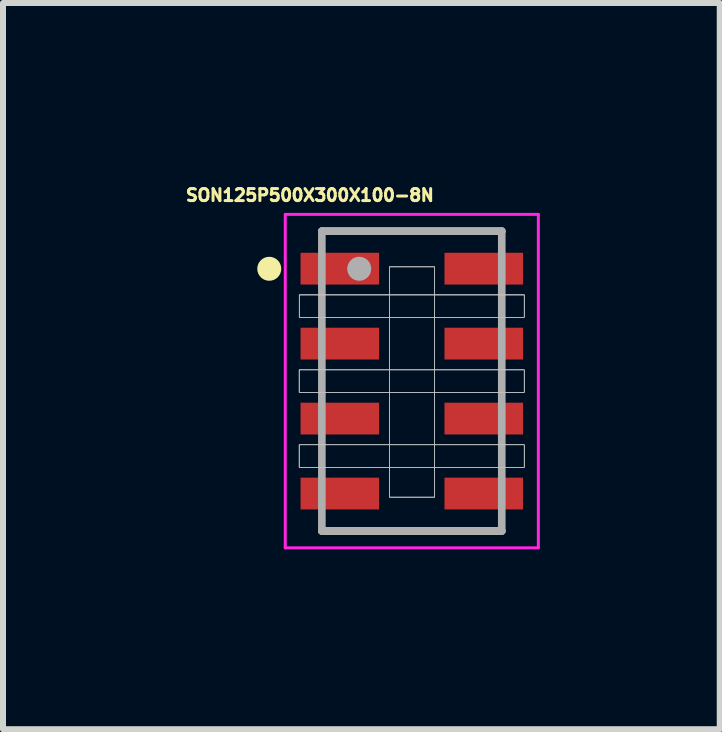
<source format=kicad_pcb>
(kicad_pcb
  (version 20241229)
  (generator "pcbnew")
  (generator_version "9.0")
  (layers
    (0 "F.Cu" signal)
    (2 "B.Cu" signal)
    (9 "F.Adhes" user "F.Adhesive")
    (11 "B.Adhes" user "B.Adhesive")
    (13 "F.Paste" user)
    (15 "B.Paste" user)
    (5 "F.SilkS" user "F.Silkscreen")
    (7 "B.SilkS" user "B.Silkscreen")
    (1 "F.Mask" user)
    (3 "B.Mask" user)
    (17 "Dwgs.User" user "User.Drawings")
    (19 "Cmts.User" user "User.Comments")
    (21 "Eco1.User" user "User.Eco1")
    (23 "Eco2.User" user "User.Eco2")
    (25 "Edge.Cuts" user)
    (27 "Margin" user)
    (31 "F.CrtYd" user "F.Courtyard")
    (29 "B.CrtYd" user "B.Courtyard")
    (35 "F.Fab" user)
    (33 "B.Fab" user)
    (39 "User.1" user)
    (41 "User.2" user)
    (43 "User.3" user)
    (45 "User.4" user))
  (footprint "SON125P500X300X100-8N"
    (layer "F.Cu")
    (at 3.817 3.305)
    (property "Reference" "SON125P500X300X100-8N" (at -1.7 -3.1 0) (layer "F.SilkS") (effects (font (size 0.2 0.2) (thickness 0.05))))
    (attr through_hole)
    (fp_line (start -1.5 -2.5) (end 1.5 -2.5) (stroke (width 0.127) (type solid)) (layer "F.SilkS"))
    (fp_line (start -1.5 2.5) (end 1.5 2.5) (stroke (width 0.127) (type solid)) (layer "F.SilkS"))
    (fp_circle (center -2.377 -1.873) (end -2.277 -1.873) (stroke (width 0.2) (type solid)) (fill no) (layer "F.SilkS"))
    (fp_poly (pts (xy -1.878 -0.188) (xy 1.875 -0.188) (xy 1.875 0.188) (xy -1.878 0.188)) (stroke (width 0.01) (type solid)) (fill no) (layer "Dwgs.User"))
    (fp_poly (pts (xy -1.878 1.062) (xy 1.875 1.062) (xy 1.875 1.44) (xy -1.878 1.44)) (stroke (width 0.01) (type solid)) (fill no) (layer "Dwgs.User"))
    (fp_poly (pts (xy -1.878 -0.188) (xy 1.875 -0.188) (xy 1.875 0.188) (xy -1.878 0.188)) (stroke (width 0.01) (type solid)) (fill no) (layer "Dwgs.User"))
    (fp_poly (pts (xy -1.878 1.062) (xy 1.875 1.062) (xy 1.875 1.44) (xy -1.878 1.44)) (stroke (width 0.01) (type solid)) (fill no) (layer "Dwgs.User"))
    (fp_poly (pts (xy -1.878 -1.438) (xy 1.875 -1.438) (xy 1.875 -1.064) (xy -1.878 -1.064)) (stroke (width 0.01) (type solid)) (fill no) (layer "Dwgs.User"))
    (fp_poly (pts (xy -1.877 1.062) (xy 1.875 1.062) (xy 1.875 1.439) (xy -1.877 1.439)) (stroke (width 0.01) (type solid)) (fill no) (layer "Dwgs.User"))
    (fp_poly (pts (xy -1.877 -0.188) (xy 1.875 -0.188) (xy 1.875 0.188) (xy -1.877 0.188)) (stroke (width 0.01) (type solid)) (fill no) (layer "Dwgs.User"))
    (fp_poly (pts (xy -1.876 -1.438) (xy 1.875 -1.438) (xy 1.875 -1.063) (xy -1.876 -1.063)) (stroke (width 0.01) (type solid)) (fill no) (layer "Dwgs.User"))
    (fp_poly (pts (xy -1.875 -1.438) (xy 1.875 -1.438) (xy 1.875 -1.063) (xy -1.875 -1.063)) (stroke (width 0.01) (type solid)) (fill no) (layer "Dwgs.User"))
    (fp_poly (pts (xy -0.375 -1.905) (xy 0.381 -1.905) (xy 0.381 1.935) (xy -0.375 1.935)) (stroke (width 0.01) (type solid)) (fill no) (layer "Dwgs.User"))
    (fp_poly (pts (xy -0.375 -1.905) (xy 0.381 -1.905) (xy 0.381 1.935) (xy -0.375 1.935)) (stroke (width 0.01) (type solid)) (fill no) (layer "Dwgs.User"))
    (fp_poly (pts (xy -0.375 -1.905) (xy 0.381 -1.905) (xy 0.381 1.935) (xy -0.375 1.935)) (stroke (width 0.01) (type solid)) (fill no) (layer "Dwgs.User"))
    (fp_line (start -2.11 -2.78) (end -2.11 2.78) (stroke (width 0.05) (type solid)) (layer "F.CrtYd"))
    (fp_line (start -2.11 2.78) (end 2.11 2.78) (stroke (width 0.05) (type solid)) (layer "F.CrtYd"))
    (fp_line (start 2.11 -2.78) (end -2.11 -2.78) (stroke (width 0.05) (type solid)) (layer "F.CrtYd"))
    (fp_line (start 2.11 2.78) (end 2.11 -2.78) (stroke (width 0.05) (type solid)) (layer "F.CrtYd"))
    (fp_line (start -1.5 -2.5) (end -1.5 2.5) (stroke (width 0.127) (type solid)) (layer "F.Fab"))
    (fp_line (start -1.5 2.5) (end 1.5 2.5) (stroke (width 0.127) (type solid)) (layer "F.Fab"))
    (fp_line (start 1.5 -2.5) (end -1.5 -2.5) (stroke (width 0.127) (type solid)) (layer "F.Fab"))
    (fp_line (start 1.5 2.5) (end 1.5 -2.5) (stroke (width 0.127) (type solid)) (layer "F.Fab"))
    (fp_circle (center -0.877 -1.873) (end -0.777 -1.873) (stroke (width 0.2) (type solid)) (fill no) (layer "F.Fab"))
    (pad "1" smd rect (at -1.2 -1.875) (size 1.31 0.53) (layers "F.Cu" "F.Mask" "F.Paste"))
    (pad "2" smd rect (at -1.2 -0.625) (size 1.31 0.53) (layers "F.Cu" "F.Mask" "F.Paste"))
    (pad "3" smd rect (at -1.2 0.625) (size 1.31 0.53) (layers "F.Cu" "F.Mask" "F.Paste"))
    (pad "4" smd rect (at -1.2 1.875) (size 1.31 0.53) (layers "F.Cu" "F.Mask" "F.Paste"))
    (pad "5" smd rect (at 1.2 1.875) (size 1.31 0.53) (layers "F.Cu" "F.Mask" "F.Paste"))
    (pad "6" smd rect (at 1.2 0.625) (size 1.31 0.53) (layers "F.Cu" "F.Mask" "F.Paste"))
    (pad "7" smd rect (at 1.2 -0.625) (size 1.31 0.53) (layers "F.Cu" "F.Mask" "F.Paste"))
    (pad "8" smd rect (at 1.2 -1.875) (size 1.31 0.53) (layers "F.Cu" "F.Mask" "F.Paste")))
  (gr_rect
    (start -3 -3)
    (end 8.952 9.11)
    (stroke (width 0.1) (type default))
    (fill no)
    (layer "Edge.Cuts")))
</source>
